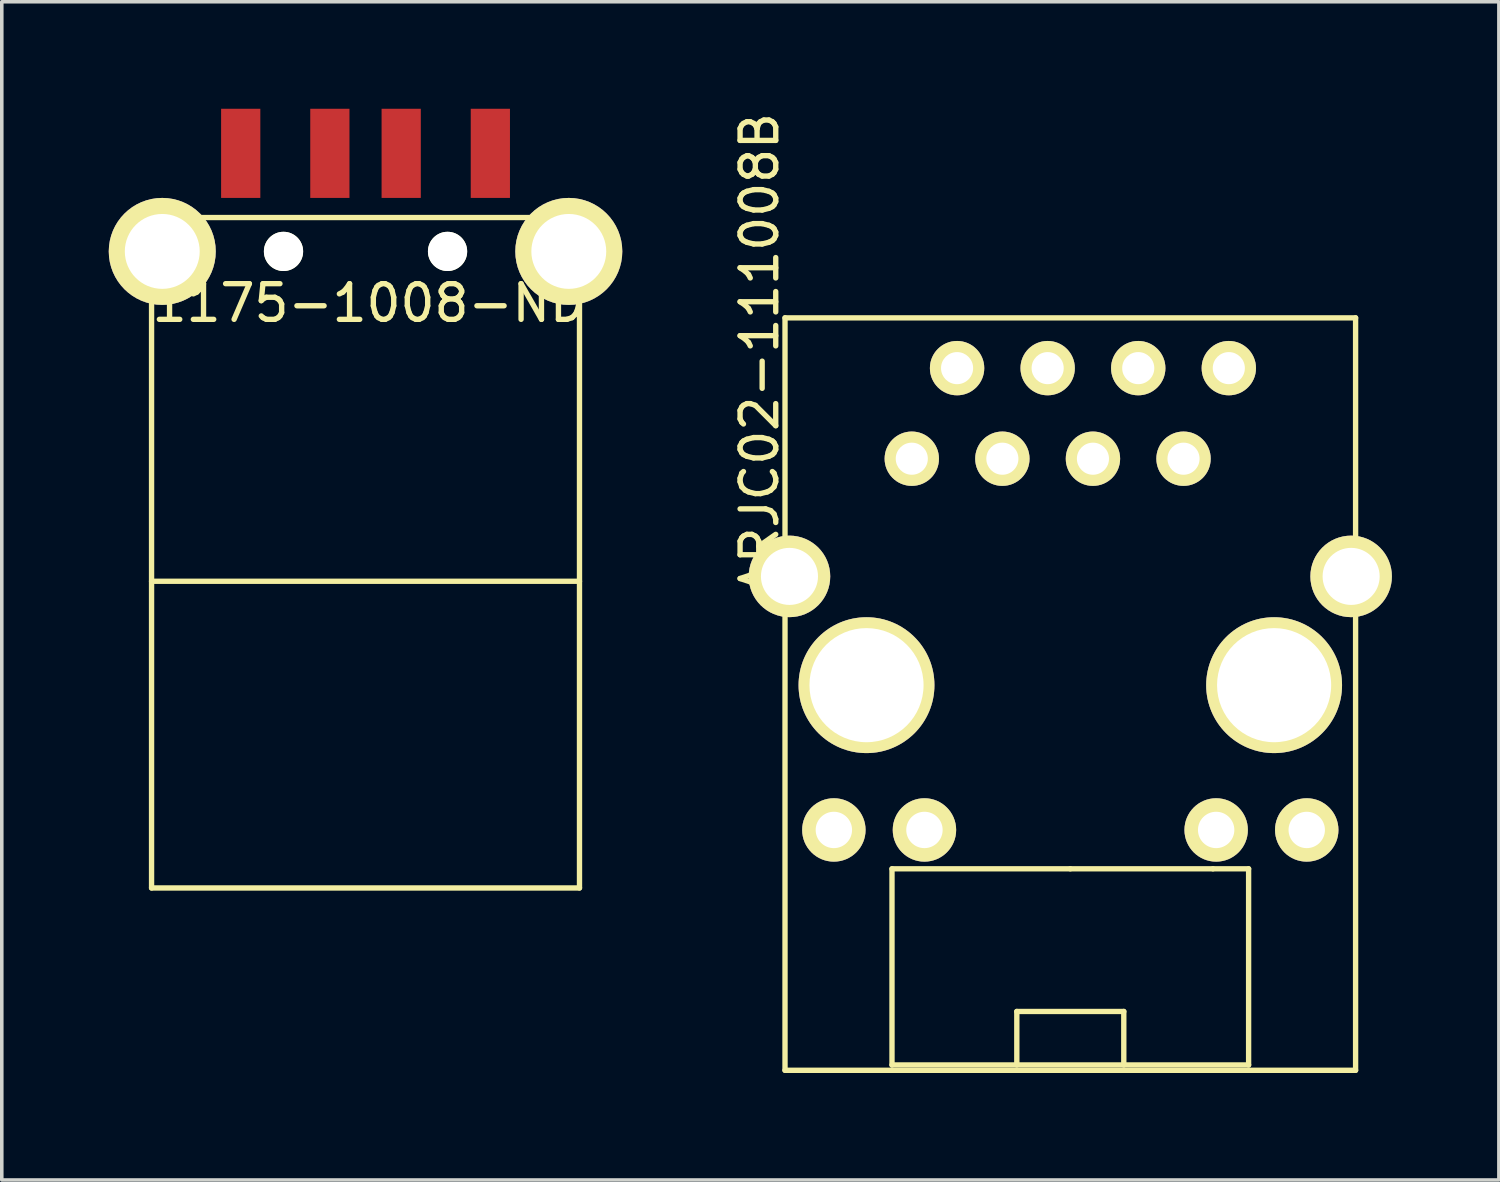
<source format=kicad_pcb>
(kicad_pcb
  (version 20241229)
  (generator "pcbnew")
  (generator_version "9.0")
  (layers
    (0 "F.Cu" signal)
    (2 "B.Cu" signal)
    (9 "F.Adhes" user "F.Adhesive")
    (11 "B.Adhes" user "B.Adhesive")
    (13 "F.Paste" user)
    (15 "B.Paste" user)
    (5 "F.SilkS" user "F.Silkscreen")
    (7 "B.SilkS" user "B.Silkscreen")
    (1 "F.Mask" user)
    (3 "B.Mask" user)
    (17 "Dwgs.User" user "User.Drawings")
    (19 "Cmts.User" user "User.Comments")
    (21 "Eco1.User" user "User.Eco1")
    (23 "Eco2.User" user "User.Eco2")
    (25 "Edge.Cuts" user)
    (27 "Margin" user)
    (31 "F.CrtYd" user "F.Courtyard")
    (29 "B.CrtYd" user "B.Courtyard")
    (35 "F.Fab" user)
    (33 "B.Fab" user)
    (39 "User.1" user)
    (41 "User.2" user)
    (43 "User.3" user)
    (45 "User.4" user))
  (footprint "1175-1008-ND"
    (layer "F.Cu")
    (at 7.2 11.75)
    (property "Reference" "1175-1008-ND" (at 0.1 -6.3 0) (layer "F.SilkS") (effects (font (size 1 1) (thickness 0.15))))
    (attr through_hole)
    (fp_line (start -6 -8.7) (end 6 -8.7) (stroke (width 0.15) (type solid)) (layer "F.SilkS"))
    (fp_line (start -6 1.5) (end 6 1.5) (stroke (width 0.15) (type solid)) (layer "F.SilkS"))
    (fp_line (start -6 10.1) (end -6 -8.7) (stroke (width 0.15) (type solid)) (layer "F.SilkS"))
    (fp_line (start 6 -8.7) (end 6 10.1) (stroke (width 0.15) (type solid)) (layer "F.SilkS"))
    (fp_line (start 6 10.1) (end -6 10.1) (stroke (width 0.15) (type solid)) (layer "F.SilkS"))
    (pad "" np_thru_hole circle (at -2.3 -7.75) (size 1.1 1.1) (drill 1.1) (layers "*.Cu" "*.Mask" "F.SilkS"))
    (pad "" np_thru_hole circle (at 2.3 -7.75) (size 1.1 1.1) (drill 1.1) (layers "*.Cu" "*.Mask" "F.SilkS"))
    (pad "1" smd rect (at 3.5 -10.5) (size 1.1 2.5) (layers "F.Cu" "F.Mask" "F.Paste"))
    (pad "2" smd rect (at 1 -10.5) (size 1.1 2.5) (layers "F.Cu" "F.Mask" "F.Paste"))
    (pad "3" smd rect (at -1 -10.5) (size 1.1 2.5) (layers "F.Cu" "F.Mask" "F.Paste"))
    (pad "4" smd rect (at -3.5 -10.5) (size 1.1 2.5) (layers "F.Cu" "F.Mask" "F.Paste"))
    (pad "5" thru_hole circle (at -5.7 -7.75) (size 3 3) (drill 2.1) (layers "*.Cu" "*.Mask" "F.SilkS"))
    (pad "5" thru_hole circle (at 5.7 -7.75) (size 3 3) (drill 2.1) (layers "*.Cu" "*.Mask" "F.SilkS")))
  (footprint "ARJC02-111008B"
    (layer "F.Cu")
    (at 27.013 16.463)
    (property "Reference" "ARJC02-111008B" (at -8.765 -9.6 90) (layer "F.SilkS") (effects (font (size 1 1) (thickness 0.15))))
    (attr through_hole)
    (fp_line (start -8.05 10.5) (end -8.05 -10.6) (stroke (width 0.15) (type solid)) (layer "F.SilkS"))
    (fp_line (start -8.05 10.5) (end 7.95 10.5) (stroke (width 0.15) (type solid)) (layer "F.SilkS"))
    (fp_line (start -5.05 4.85) (end -5.05 10.35) (stroke (width 0.15) (type solid)) (layer "F.SilkS"))
    (fp_line (start -5.05 10.35) (end 4.95 10.35) (stroke (width 0.15) (type solid)) (layer "F.SilkS"))
    (fp_line (start -1.55 8.85) (end 1.45 8.85) (stroke (width 0.15) (type solid)) (layer "F.SilkS"))
    (fp_line (start -1.55 10.35) (end -1.55 8.85) (stroke (width 0.15) (type solid)) (layer "F.SilkS"))
    (fp_line (start -0.05 4.85) (end -5.05 4.85) (stroke (width 0.15) (type solid)) (layer "F.SilkS"))
    (fp_line (start -0.05 4.85) (end 3.95 4.85) (stroke (width 0.15) (type solid)) (layer "F.SilkS"))
    (fp_line (start 1.45 8.85) (end 1.45 10.35) (stroke (width 0.15) (type solid)) (layer "F.SilkS"))
    (fp_line (start 3.95 4.85) (end 4.95 4.85) (stroke (width 0.15) (type solid)) (layer "F.SilkS"))
    (fp_line (start 4.95 4.85) (end 4.95 10.35) (stroke (width 0.15) (type solid)) (layer "F.SilkS"))
    (fp_line (start 7.95 -10.6) (end -8.05 -10.6) (stroke (width 0.15) (type solid)) (layer "F.SilkS"))
    (fp_line (start 7.95 -10.6) (end 7.95 10.5) (stroke (width 0.15) (type solid)) (layer "F.SilkS"))
    (pad "" np_thru_hole circle (at -5.765 -0.3 180) (size 3.81 3.81) (drill 3.2) (layers "*.Cu" "*.Mask" "F.SilkS"))
    (pad "" np_thru_hole circle (at 5.665 -0.3 180) (size 3.81 3.81) (drill 3.2) (layers "*.Cu" "*.Mask" "F.SilkS"))
    (pad "1" thru_hole circle (at -4.495 -6.65 180) (size 1.524 1.524) (drill 0.9) (layers "*.Cu" "*.Mask" "F.SilkS"))
    (pad "2" thru_hole circle (at -3.225 -9.19 180) (size 1.524 1.524) (drill 0.9) (layers "*.Cu" "*.Mask" "F.SilkS"))
    (pad "3" thru_hole circle (at -1.955 -6.65 180) (size 1.524 1.524) (drill 0.9) (layers "*.Cu" "*.Mask" "F.SilkS"))
    (pad "4" thru_hole circle (at -0.685 -9.19 180) (size 1.524 1.524) (drill 0.9) (layers "*.Cu" "*.Mask" "F.SilkS"))
    (pad "5" thru_hole circle (at 0.585 -6.65 180) (size 1.524 1.524) (drill 0.9) (layers "*.Cu" "*.Mask" "F.SilkS"))
    (pad "6" thru_hole circle (at 1.855 -9.19 180) (size 1.524 1.524) (drill 0.9) (layers "*.Cu" "*.Mask" "F.SilkS"))
    (pad "7" thru_hole circle (at 3.125 -6.65 180) (size 1.524 1.524) (drill 0.9) (layers "*.Cu" "*.Mask" "F.SilkS"))
    (pad "8" thru_hole circle (at 4.395 -9.19 180) (size 1.524 1.524) (drill 0.9) (layers "*.Cu" "*.Mask" "F.SilkS"))
    (pad "9" thru_hole circle (at -6.68 3.76 180) (size 1.778 1.778) (drill 1.02) (layers "*.Cu" "*.Mask" "F.SilkS"))
    (pad "10" thru_hole circle (at -4.14 3.76 180) (size 1.778 1.778) (drill 1.02) (layers "*.Cu" "*.Mask" "F.SilkS"))
    (pad "11" thru_hole circle (at 4.04 3.76 180) (size 1.778 1.778) (drill 1.02) (layers "*.Cu" "*.Mask" "F.SilkS"))
    (pad "12" thru_hole circle (at 6.58 3.76 180) (size 1.778 1.778) (drill 1.02) (layers "*.Cu" "*.Mask" "F.SilkS"))
    (pad "SH1" thru_hole circle (at -7.925 -3.35 180) (size 2.286 2.286) (drill 1.6) (layers "*.Cu" "*.Mask" "F.SilkS"))
    (pad "SH2" thru_hole circle (at 7.825 -3.35 180) (size 2.286 2.286) (drill 1.6) (layers "*.Cu" "*.Mask" "F.SilkS")))
  (gr_rect
    (start -3 -3)
    (end 38.981 30.038)
    (stroke (width 0.1) (type default))
    (fill no)
    (layer "Edge.Cuts")))
</source>
